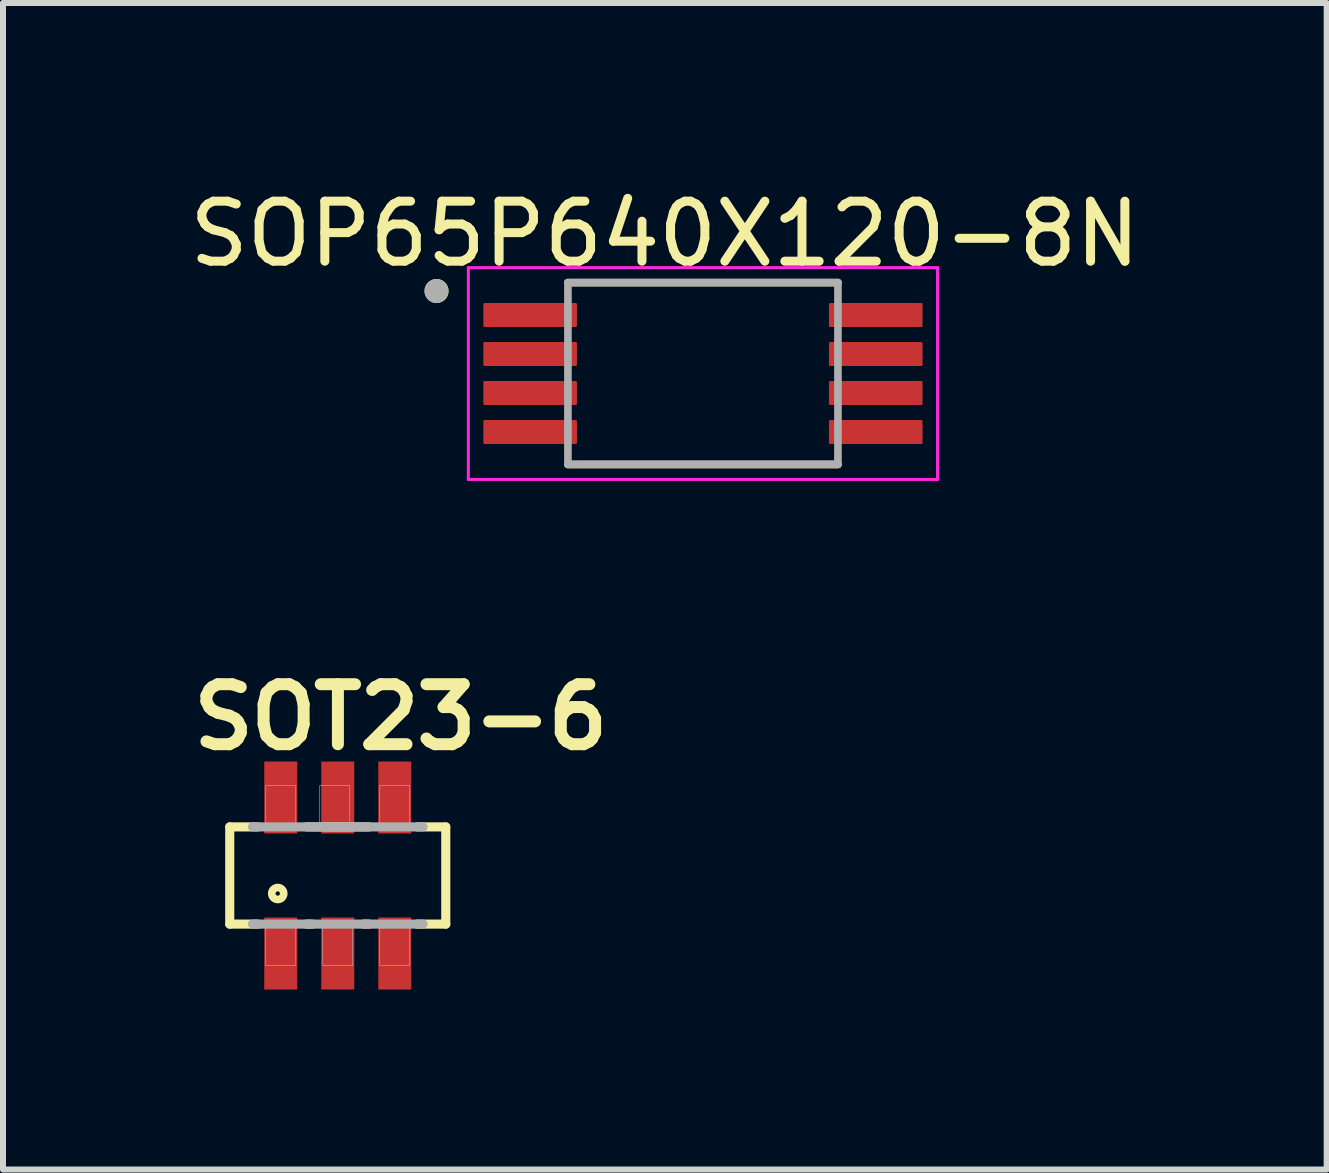
<source format=kicad_pcb>
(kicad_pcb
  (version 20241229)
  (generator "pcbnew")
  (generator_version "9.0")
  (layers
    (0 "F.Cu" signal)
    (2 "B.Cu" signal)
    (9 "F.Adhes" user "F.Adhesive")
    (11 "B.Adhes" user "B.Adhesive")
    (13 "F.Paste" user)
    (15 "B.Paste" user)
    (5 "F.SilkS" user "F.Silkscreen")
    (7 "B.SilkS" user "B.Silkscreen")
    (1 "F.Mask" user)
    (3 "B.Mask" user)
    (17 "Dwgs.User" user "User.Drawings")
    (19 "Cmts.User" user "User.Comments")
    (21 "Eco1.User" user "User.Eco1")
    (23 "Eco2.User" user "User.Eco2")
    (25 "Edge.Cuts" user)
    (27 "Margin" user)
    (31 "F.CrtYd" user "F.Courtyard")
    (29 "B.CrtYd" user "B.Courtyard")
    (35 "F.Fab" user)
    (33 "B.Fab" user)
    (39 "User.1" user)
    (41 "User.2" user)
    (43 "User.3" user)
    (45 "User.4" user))
  (footprint "SOP65P640X120-8N"
    (layer "F.Cu")
    (at 8.665 3.175)
    (property "Reference" "SOP65P640X120-8N" (at -0.635 -2.327 0) (layer "F.SilkS") (effects (font (size 1 1) (thickness 0.15))))
    (attr smd)
    (fp_line (start -2.25 -1.515) (end 2.25 -1.515) (stroke (width 0.127) (type solid)) (layer "F.SilkS"))
    (fp_line (start -2.25 1.515) (end 2.25 1.515) (stroke (width 0.127) (type solid)) (layer "F.SilkS"))
    (fp_circle (center -4.44 -1.375) (end -4.34 -1.375) (stroke (width 0.2) (type solid)) (fill no) (layer "F.SilkS"))
    (fp_line (start -3.91 -1.765) (end -3.91 1.765) (stroke (width 0.05) (type solid)) (layer "F.CrtYd"))
    (fp_line (start -3.91 -1.765) (end 3.91 -1.765) (stroke (width 0.05) (type solid)) (layer "F.CrtYd"))
    (fp_line (start -3.91 1.765) (end 3.91 1.765) (stroke (width 0.05) (type solid)) (layer "F.CrtYd"))
    (fp_line (start 3.91 -1.765) (end 3.91 1.765) (stroke (width 0.05) (type solid)) (layer "F.CrtYd"))
    (fp_line (start -2.25 -1.515) (end -2.25 1.515) (stroke (width 0.127) (type solid)) (layer "F.Fab"))
    (fp_line (start -2.25 -1.515) (end 2.25 -1.515) (stroke (width 0.127) (type solid)) (layer "F.Fab"))
    (fp_line (start -2.25 1.515) (end 2.25 1.515) (stroke (width 0.127) (type solid)) (layer "F.Fab"))
    (fp_line (start 2.25 -1.515) (end 2.25 1.515) (stroke (width 0.127) (type solid)) (layer "F.Fab"))
    (fp_circle (center -4.44 -1.375) (end -4.34 -1.375) (stroke (width 0.2) (type solid)) (fill no) (layer "F.Fab"))
    (pad "1" smd roundrect (at -2.88 -0.975) (size 1.56 0.4) (layers "F.Cu" "F.Mask" "F.Paste") (roundrect_rratio 0.05))
    (pad "2" smd roundrect (at -2.88 -0.325) (size 1.56 0.4) (layers "F.Cu" "F.Mask" "F.Paste") (roundrect_rratio 0.05))
    (pad "3" smd roundrect (at -2.88 0.325) (size 1.56 0.4) (layers "F.Cu" "F.Mask" "F.Paste") (roundrect_rratio 0.05))
    (pad "4" smd roundrect (at -2.88 0.975) (size 1.56 0.4) (layers "F.Cu" "F.Mask" "F.Paste") (roundrect_rratio 0.05))
    (pad "5" smd roundrect (at 2.88 0.975) (size 1.56 0.4) (layers "F.Cu" "F.Mask" "F.Paste") (roundrect_rratio 0.05))
    (pad "6" smd roundrect (at 2.88 0.325) (size 1.56 0.4) (layers "F.Cu" "F.Mask" "F.Paste") (roundrect_rratio 0.05))
    (pad "7" smd roundrect (at 2.88 -0.325) (size 1.56 0.4) (layers "F.Cu" "F.Mask" "F.Paste") (roundrect_rratio 0.05))
    (pad "8" smd roundrect (at 2.88 -0.975) (size 1.56 0.4) (layers "F.Cu" "F.Mask" "F.Paste") (roundrect_rratio 0.05)))
  (footprint "SOT23-6"
    (layer "F.Cu")
    (at 2.579 11.541)
    (property "Reference" "SOT23-6" (at 1.05 -2.64 0) (layer "F.SilkS") (effects (font (size 1 1) (thickness 0.2) (bold yes))))
    (attr smd)
    (fp_line (start -1.8 -0.81) (end -1.328 -0.81) (stroke (width 0.152) (type solid)) (layer "F.SilkS"))
    (fp_line (start -1.8 0.81) (end -1.8 -0.81) (stroke (width 0.152) (type solid)) (layer "F.SilkS"))
    (fp_line (start -1.328 0.81) (end -1.8 0.81) (stroke (width 0.152) (type solid)) (layer "F.SilkS"))
    (fp_line (start -0.522 -0.81) (end 0.522 -0.81) (stroke (width 0.152) (type solid)) (layer "F.SilkS"))
    (fp_line (start -0.428 0.81) (end -0.522 0.81) (stroke (width 0.152) (type solid)) (layer "F.SilkS"))
    (fp_line (start 0.522 0.81) (end 0.428 0.81) (stroke (width 0.152) (type solid)) (layer "F.SilkS"))
    (fp_line (start 1.328 -0.81) (end 1.8 -0.81) (stroke (width 0.152) (type solid)) (layer "F.SilkS"))
    (fp_line (start 1.8 -0.81) (end 1.8 0.81) (stroke (width 0.152) (type solid)) (layer "F.SilkS"))
    (fp_line (start 1.8 0.81) (end 1.328 0.81) (stroke (width 0.152) (type solid)) (layer "F.SilkS"))
    (fp_circle (center -1 0.3) (end -0.9 0.3) (stroke (width 0.127) (type solid)) (fill no) (layer "F.SilkS"))
    (fp_line (start -1.422 -0.81) (end 1.422 -0.81) (stroke (width 0.152) (type solid)) (layer "F.Fab"))
    (fp_line (start 1.422 0.81) (end -1.422 0.81) (stroke (width 0.152) (type solid)) (layer "F.Fab"))
    (fp_poly (pts (xy -1.2 -1.5) (xy -0.7 -1.5) (xy -0.7 -0.85) (xy -1.2 -0.85)) (stroke (width 0.01) (type solid)) (fill no) (layer "F.Fab"))
    (fp_poly (pts (xy -1.2 0.85) (xy -0.7 0.85) (xy -0.7 1.5) (xy -1.2 1.5)) (stroke (width 0.01) (type solid)) (fill no) (layer "F.Fab"))
    (fp_poly (pts (xy -0.3 -1.5) (xy 0.2 -1.5) (xy 0.2 -0.85) (xy -0.3 -0.85)) (stroke (width 0.01) (type solid)) (fill no) (layer "F.Fab"))
    (fp_poly (pts (xy -0.25 0.85) (xy 0.25 0.85) (xy 0.25 1.5) (xy -0.25 1.5)) (stroke (width 0.01) (type solid)) (fill no) (layer "F.Fab"))
    (fp_poly (pts (xy 0.7 -1.5) (xy 1.2 -1.5) (xy 1.2 -0.85) (xy 0.7 -0.85)) (stroke (width 0.01) (type solid)) (fill no) (layer "F.Fab"))
    (fp_poly (pts (xy 0.7 0.85) (xy 1.2 0.85) (xy 1.2 1.5) (xy 0.7 1.5)) (stroke (width 0.01) (type solid)) (fill no) (layer "F.Fab"))
    (pad "1" smd rect (at -0.95 1.3) (size 0.55 1.2) (layers "F.Cu" "F.Mask" "F.Paste"))
    (pad "2" smd rect (at 0 1.3) (size 0.55 1.2) (layers "F.Cu" "F.Mask" "F.Paste"))
    (pad "3" smd rect (at 0.95 1.3) (size 0.55 1.2) (layers "F.Cu" "F.Mask" "F.Paste"))
    (pad "4" smd rect (at 0.95 -1.3) (size 0.55 1.2) (layers "F.Cu" "F.Mask" "F.Paste"))
    (pad "5" smd rect (at 0 -1.3) (size 0.55 1.2) (layers "F.Cu" "F.Mask" "F.Paste"))
    (pad "6" smd rect (at -0.95 -1.3) (size 0.55 1.2) (layers "F.Cu" "F.Mask" "F.Paste")))
  (gr_rect
    (start -3 -3)
    (end 19.06 16.441)
    (stroke (width 0.1) (type default))
    (fill no)
    (layer "Edge.Cuts")))
</source>
